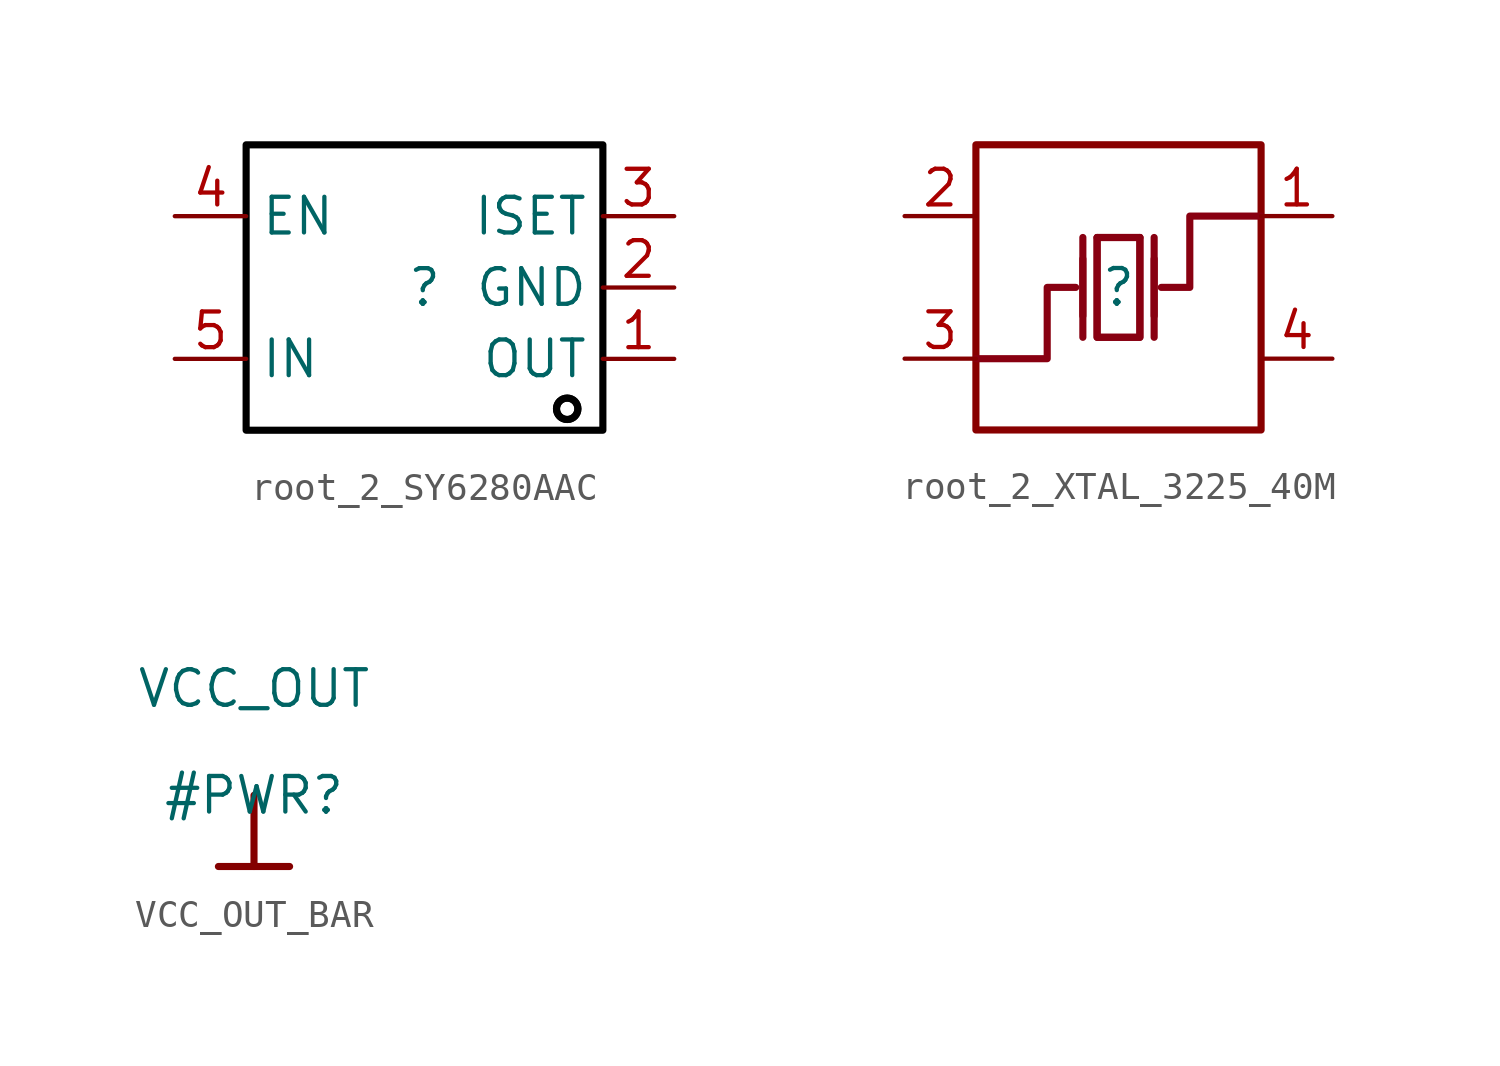
<source format=kicad_sym>
(kicad_symbol_lib
  (version 20231120)
  (generator "kicad_symbol_editor")
  (generator_version "8.0")
  (symbol "root_2_SY6280AAC"
    (property "Reference" ""
      (at 0 0 0)
      (effects (font (size 1.27 1.27))))
    (property "Value" ""
      (at 0 0 0)
      (effects (font (size 1.27 1.27))))
    (symbol "root_2_SY6280AAC_1_0"
      (rectangle (start -6.35 5.08) (end 6.35 -5.08) (stroke (width 0.254) (type solid) (color 0 0 0 1)) (fill (type none)))
      (circle (center 5.08 -4.318) (radius 0.381) (stroke (width 0.254) (type solid) (color 0 0 0 1)) (fill (type none)))
      (circle (center 5.08 -4.318) (radius 0.381) (stroke (width 0.254) (type solid) (color 0 0 0 1)) (fill (type none)))
      (pin passive line (at 8.89 -2.54 180) (length 2.54) (name "OUT" (effects (font (size 1.27 1.27)))) (number "1" (effects (font (size 1.27 1.27)))))
      (pin passive line (at 8.89 0 180) (length 2.54) (name "GND" (effects (font (size 1.27 1.27)))) (number "2" (effects (font (size 1.27 1.27)))))
      (pin passive line (at 8.89 2.54 180) (length 2.54) (name "ISET" (effects (font (size 1.27 1.27)))) (number "3" (effects (font (size 1.27 1.27)))))
      (pin passive line (at -8.89 2.54 0) (length 2.54) (name "EN" (effects (font (size 1.27 1.27)))) (number "4" (effects (font (size 1.27 1.27)))))
      (pin passive line (at -8.89 -2.54 0) (length 2.54) (name "IN" (effects (font (size 1.27 1.27)))) (number "5" (effects (font (size 1.27 1.27)))))))
  (symbol "root_2_XTAL_3225_40M"
    (property "Reference" ""
      (at 0 0 0)
      (effects (font (size 1.27 1.27))))
    (property "Value" ""
      (at 0 0 0)
      (effects (font (size 1.27 1.27))))
    (symbol "root_2_XTAL_3225_40M_1_0"
      (rectangle (start -5.08 5.08) (end 5.08 -5.08) (stroke (width 0.254) (type solid) (color 136 0 0 1)) (fill (type none)))
      (polyline (pts (xy -1.27 1.016) (xy -1.27 -1.016)) (stroke (width 0.254) (type solid) (color 136 0 17 1)) (fill (type none)))
      (polyline (pts (xy -1.27 1.778) (xy -1.27 -1.778)) (stroke (width 0.254) (type solid) (color 136 0 17 1)) (fill (type none)))
      (polyline (pts (xy -0.762 1.778) (xy 0.762 1.778)) (stroke (width 0.254) (type solid) (color 136 0 17 1)) (fill (type none)))
      (polyline (pts (xy 1.27 1.016) (xy 1.27 -1.016)) (stroke (width 0.254) (type solid) (color 136 0 17 1)) (fill (type none)))
      (polyline (pts (xy 1.27 1.778) (xy 1.27 -1.778)) (stroke (width 0.254) (type solid) (color 136 0 17 1)) (fill (type none)))
      (polyline (pts (xy -5.08 -2.54) (xy -2.54 -2.54) (xy -2.54 -2.54) (xy -2.54 0) (xy -2.54 0) (xy -1.524 0)) (stroke (width 0.254) (type solid) (color 136 0 17 1)) (fill (type none)))
      (polyline (pts (xy 0.762 1.778) (xy 0.762 -1.778) (xy 0.762 -1.778) (xy -0.762 -1.778) (xy -0.762 -1.778) (xy -0.762 1.778)) (stroke (width 0.254) (type solid) (color 136 0 17 1)) (fill (type none)))
      (polyline (pts (xy 5.08 2.54) (xy 2.54 2.54) (xy 2.54 2.54) (xy 2.54 0) (xy 2.54 0) (xy 1.524 0)) (stroke (width 0.254) (type solid) (color 136 0 17 1)) (fill (type none)))
      (polyline (pts (xy -0.762 -1.778) (xy -0.762 1.778) (xy -0.762 1.778) (xy 0.762 1.778) (xy 0.762 1.778) (xy 0.762 -1.778) (xy 0.762 -1.778) (xy -0.762 -1.778)) (stroke (width 0.254) (type solid) (color 136 0 17 1)) (fill (type none)))
      (pin passive line (at 7.62 2.54 180) (length 2.54) (name "OSC1" (effects (font (size 0 0)))) (number "1" (effects (font (size 1.27 1.27)))))
      (pin passive line (at -7.62 2.54 0) (length 2.54) (name "GND" (effects (font (size 0 0)))) (number "2" (effects (font (size 1.27 1.27)))))
      (pin passive line (at -7.62 -2.54 0) (length 2.54) (name "OSC2" (effects (font (size 0 0)))) (number "3" (effects (font (size 1.27 1.27)))))
      (pin passive line (at 7.62 -2.54 180) (length 2.54) (name "GND" (effects (font (size 0 0)))) (number "4" (effects (font (size 1.27 1.27)))))))
  (symbol "VCC_OUT_BAR"
    (power)
    (property "Reference" "#PWR"
      (at 0 0 0)
      (effects (font (size 1.27 1.27))))
    (property "Value" "VCC_OUT"
      (at 0 3.81 0)
      (effects (font (size 1.27 1.27))))
    (symbol "VCC_OUT_BAR_0_0"
      (polyline (pts (xy -1.27 -2.54) (xy 1.27 -2.54)) (stroke (width 0.254) (type solid)) (fill (type none)))
      (polyline (pts (xy 0 0) (xy 0 -2.54)) (stroke (width 0.254) (type solid)) (fill (type none)))
      (pin power_in line (at 0 0 0) (length 0) hide (name "VCC_OUT" (effects (font (size 1.27 1.27)))) (number "" (effects (font (size 1.27 1.27))))))))
</source>
